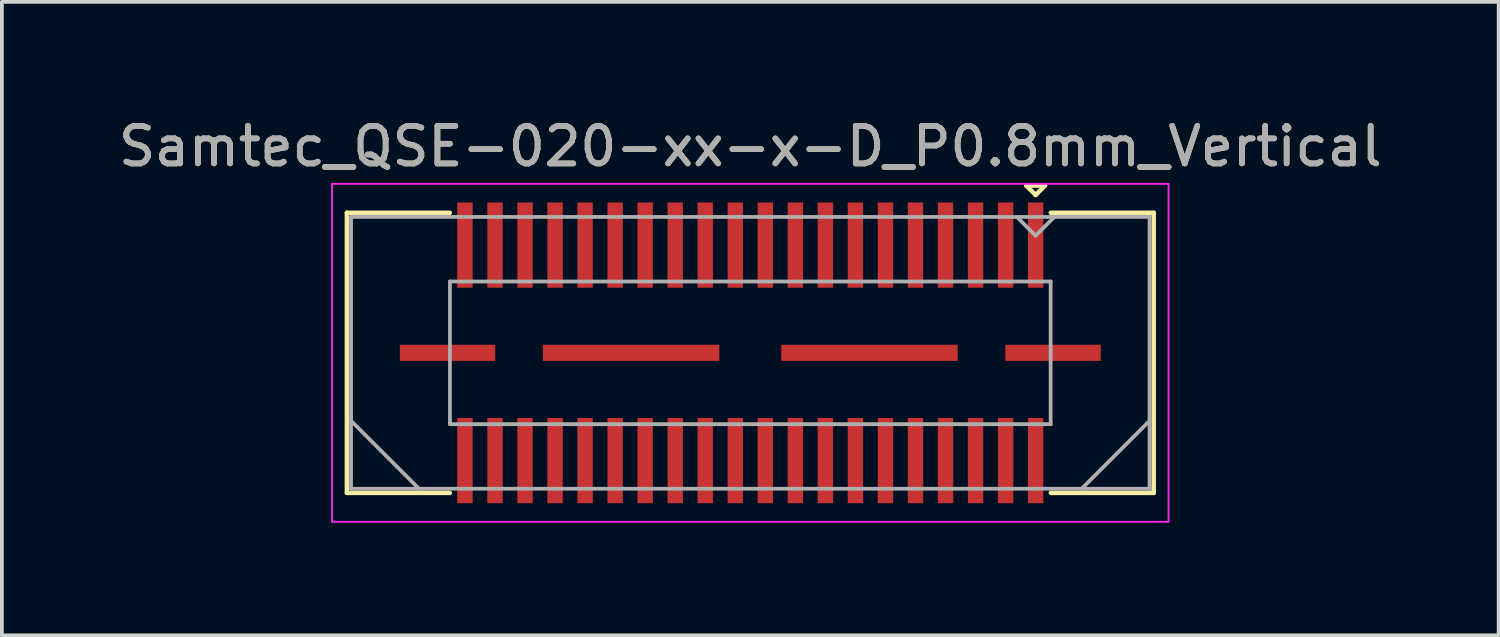
<source format=kicad_pcb>
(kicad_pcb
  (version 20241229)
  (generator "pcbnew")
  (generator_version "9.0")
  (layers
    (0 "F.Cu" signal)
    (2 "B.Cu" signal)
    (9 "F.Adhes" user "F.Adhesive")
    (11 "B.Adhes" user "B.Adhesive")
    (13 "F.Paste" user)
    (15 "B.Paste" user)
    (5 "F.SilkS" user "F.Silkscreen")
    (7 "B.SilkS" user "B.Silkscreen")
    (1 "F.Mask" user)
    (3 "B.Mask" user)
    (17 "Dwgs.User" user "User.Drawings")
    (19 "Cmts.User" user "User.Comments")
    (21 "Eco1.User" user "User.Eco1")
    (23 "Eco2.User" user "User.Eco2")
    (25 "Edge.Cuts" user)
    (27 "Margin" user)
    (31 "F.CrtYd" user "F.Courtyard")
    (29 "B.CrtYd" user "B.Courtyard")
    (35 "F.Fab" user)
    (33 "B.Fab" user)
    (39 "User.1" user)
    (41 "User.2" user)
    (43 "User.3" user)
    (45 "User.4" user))
  (footprint "Samtec_QSE-020-xx-x-D_P0.8mm_Vertical"
    (layer "F.Cu")
    (at 16.935 6.348)
    (property "Reference" "Samtec_QSE-020-xx-x-D_P0.8mm_Vertical" (at 0 -5.5 0) (layer "F.SilkS") (effects (font (size 1 1) (thickness 0.15))))
    (attr smd)
    (fp_line (start -10.745 -3.73) (end -8.005 -3.73) (stroke (width 0.12) (type solid)) (layer "F.SilkS"))
    (fp_line (start -10.745 3.73) (end -10.745 -3.73) (stroke (width 0.12) (type solid)) (layer "F.SilkS"))
    (fp_line (start -8.005 3.73) (end -10.745 3.73) (stroke (width 0.12) (type solid)) (layer "F.SilkS"))
    (fp_line (start 7.35 -4.455) (end 7.85 -4.455) (stroke (width 0.12) (type solid)) (layer "F.SilkS"))
    (fp_line (start 7.6 -4.205) (end 7.35 -4.455) (stroke (width 0.12) (type solid)) (layer "F.SilkS"))
    (fp_line (start 7.85 -4.455) (end 7.6 -4.205) (stroke (width 0.12) (type solid)) (layer "F.SilkS"))
    (fp_line (start 8.005 3.73) (end 10.745 3.73) (stroke (width 0.12) (type solid)) (layer "F.SilkS"))
    (fp_line (start 10.745 -3.73) (end 8.005 -3.73) (stroke (width 0.12) (type solid)) (layer "F.SilkS"))
    (fp_line (start 10.745 3.73) (end 10.745 -3.73) (stroke (width 0.12) (type solid)) (layer "F.SilkS"))
    (fp_line (start -11.14 -4.5) (end -11.14 4.5) (stroke (width 0.05) (type solid)) (layer "F.CrtYd"))
    (fp_line (start -11.14 4.5) (end 11.14 4.5) (stroke (width 0.05) (type solid)) (layer "F.CrtYd"))
    (fp_line (start 11.14 -4.5) (end -11.14 -4.5) (stroke (width 0.05) (type solid)) (layer "F.CrtYd"))
    (fp_line (start 11.14 4.5) (end 11.14 -4.5) (stroke (width 0.05) (type solid)) (layer "F.CrtYd"))
    (fp_line (start -10.635 -3.62) (end -10.635 3.62) (stroke (width 0.1) (type solid)) (layer "F.Fab"))
    (fp_line (start -10.635 1.81) (end -8.825 3.62) (stroke (width 0.1) (type solid)) (layer "F.Fab"))
    (fp_line (start -10.635 3.62) (end 10.635 3.62) (stroke (width 0.1) (type solid)) (layer "F.Fab"))
    (fp_line (start -8 -1.9) (end -8 1.9) (stroke (width 0.1) (type solid)) (layer "F.Fab"))
    (fp_line (start -8 1.9) (end 8 1.9) (stroke (width 0.1) (type solid)) (layer "F.Fab"))
    (fp_line (start 7.6 -3.12) (end 7.1 -3.62) (stroke (width 0.1) (type solid)) (layer "F.Fab"))
    (fp_line (start 8 -1.9) (end -8 -1.9) (stroke (width 0.1) (type solid)) (layer "F.Fab"))
    (fp_line (start 8 1.9) (end 8 -1.9) (stroke (width 0.1) (type solid)) (layer "F.Fab"))
    (fp_line (start 8.1 -3.62) (end 7.6 -3.12) (stroke (width 0.1) (type solid)) (layer "F.Fab"))
    (fp_line (start 10.635 -3.62) (end -10.635 -3.62) (stroke (width 0.1) (type solid)) (layer "F.Fab"))
    (fp_line (start 10.635 1.81) (end 8.825 3.62) (stroke (width 0.1) (type solid)) (layer "F.Fab"))
    (fp_line (start 10.635 3.62) (end 10.635 -3.62) (stroke (width 0.1) (type solid)) (layer "F.Fab"))
    (fp_text user "${REFERENCE}" (at 0 -5.5 0) (layer "F.Fab") (effects (font (size 1 1) (thickness 0.15))))
    (pad "1" smd rect (at 7.6 -2.87) (size 0.41 2.27) (layers "F.Cu" "F.Mask" "F.Paste"))
    (pad "2" smd rect (at 7.6 2.87) (size 0.41 2.27) (layers "F.Cu" "F.Mask" "F.Paste"))
    (pad "3" smd rect (at 6.8 -2.87) (size 0.41 2.27) (layers "F.Cu" "F.Mask" "F.Paste"))
    (pad "4" smd rect (at 6.8 2.87) (size 0.41 2.27) (layers "F.Cu" "F.Mask" "F.Paste"))
    (pad "5" smd rect (at 6 -2.87) (size 0.41 2.27) (layers "F.Cu" "F.Mask" "F.Paste"))
    (pad "6" smd rect (at 6 2.87) (size 0.41 2.27) (layers "F.Cu" "F.Mask" "F.Paste"))
    (pad "7" smd rect (at 5.2 -2.87) (size 0.41 2.27) (layers "F.Cu" "F.Mask" "F.Paste"))
    (pad "8" smd rect (at 5.2 2.87) (size 0.41 2.27) (layers "F.Cu" "F.Mask" "F.Paste"))
    (pad "9" smd rect (at 4.4 -2.87) (size 0.41 2.27) (layers "F.Cu" "F.Mask" "F.Paste"))
    (pad "10" smd rect (at 4.4 2.87) (size 0.41 2.27) (layers "F.Cu" "F.Mask" "F.Paste"))
    (pad "11" smd rect (at 3.6 -2.87) (size 0.41 2.27) (layers "F.Cu" "F.Mask" "F.Paste"))
    (pad "12" smd rect (at 3.6 2.87) (size 0.41 2.27) (layers "F.Cu" "F.Mask" "F.Paste"))
    (pad "13" smd rect (at 2.8 -2.87) (size 0.41 2.27) (layers "F.Cu" "F.Mask" "F.Paste"))
    (pad "14" smd rect (at 2.8 2.87) (size 0.41 2.27) (layers "F.Cu" "F.Mask" "F.Paste"))
    (pad "15" smd rect (at 2 -2.87) (size 0.41 2.27) (layers "F.Cu" "F.Mask" "F.Paste"))
    (pad "16" smd rect (at 2 2.87) (size 0.41 2.27) (layers "F.Cu" "F.Mask" "F.Paste"))
    (pad "17" smd rect (at 1.2 -2.87) (size 0.41 2.27) (layers "F.Cu" "F.Mask" "F.Paste"))
    (pad "18" smd rect (at 1.2 2.87) (size 0.41 2.27) (layers "F.Cu" "F.Mask" "F.Paste"))
    (pad "19" smd rect (at 0.4 -2.87) (size 0.41 2.27) (layers "F.Cu" "F.Mask" "F.Paste"))
    (pad "20" smd rect (at 0.4 2.87) (size 0.41 2.27) (layers "F.Cu" "F.Mask" "F.Paste"))
    (pad "21" smd rect (at -0.4 -2.87) (size 0.41 2.27) (layers "F.Cu" "F.Mask" "F.Paste"))
    (pad "22" smd rect (at -0.4 2.87) (size 0.41 2.27) (layers "F.Cu" "F.Mask" "F.Paste"))
    (pad "23" smd rect (at -1.2 -2.87) (size 0.41 2.27) (layers "F.Cu" "F.Mask" "F.Paste"))
    (pad "24" smd rect (at -1.2 2.87) (size 0.41 2.27) (layers "F.Cu" "F.Mask" "F.Paste"))
    (pad "25" smd rect (at -2 -2.87) (size 0.41 2.27) (layers "F.Cu" "F.Mask" "F.Paste"))
    (pad "26" smd rect (at -2 2.87) (size 0.41 2.27) (layers "F.Cu" "F.Mask" "F.Paste"))
    (pad "27" smd rect (at -2.8 -2.87) (size 0.41 2.27) (layers "F.Cu" "F.Mask" "F.Paste"))
    (pad "28" smd rect (at -2.8 2.87) (size 0.41 2.27) (layers "F.Cu" "F.Mask" "F.Paste"))
    (pad "29" smd rect (at -3.6 -2.87) (size 0.41 2.27) (layers "F.Cu" "F.Mask" "F.Paste"))
    (pad "30" smd rect (at -3.6 2.87) (size 0.41 2.27) (layers "F.Cu" "F.Mask" "F.Paste"))
    (pad "31" smd rect (at -4.4 -2.87) (size 0.41 2.27) (layers "F.Cu" "F.Mask" "F.Paste"))
    (pad "32" smd rect (at -4.4 2.87) (size 0.41 2.27) (layers "F.Cu" "F.Mask" "F.Paste"))
    (pad "33" smd rect (at -5.2 -2.87) (size 0.41 2.27) (layers "F.Cu" "F.Mask" "F.Paste"))
    (pad "34" smd rect (at -5.2 2.87) (size 0.41 2.27) (layers "F.Cu" "F.Mask" "F.Paste"))
    (pad "35" smd rect (at -6 -2.87) (size 0.41 2.27) (layers "F.Cu" "F.Mask" "F.Paste"))
    (pad "36" smd rect (at -6 2.87) (size 0.41 2.27) (layers "F.Cu" "F.Mask" "F.Paste"))
    (pad "37" smd rect (at -6.8 -2.87) (size 0.41 2.27) (layers "F.Cu" "F.Mask" "F.Paste"))
    (pad "38" smd rect (at -6.8 2.87) (size 0.41 2.27) (layers "F.Cu" "F.Mask" "F.Paste"))
    (pad "39" smd rect (at -7.6 -2.87) (size 0.41 2.27) (layers "F.Cu" "F.Mask" "F.Paste"))
    (pad "40" smd rect (at -7.6 2.87) (size 0.41 2.27) (layers "F.Cu" "F.Mask" "F.Paste"))
    (pad "P1" smd rect (at -8.065 0) (size 2.54 0.43) (layers "F.Cu" "F.Mask" "F.Paste"))
    (pad "P1" smd rect (at -3.175 0) (size 4.7 0.43) (layers "F.Cu" "F.Mask" "F.Paste"))
    (pad "P1" smd rect (at 3.175 0) (size 4.7 0.43) (layers "F.Cu" "F.Mask" "F.Paste"))
    (pad "P1" smd rect (at 8.065 0) (size 2.54 0.43) (layers "F.Cu" "F.Mask" "F.Paste")))
  (gr_rect
    (start -3 -3)
    (end 36.869 13.873)
    (stroke (width 0.1) (type default))
    (fill no)
    (layer "Edge.Cuts")))
</source>
